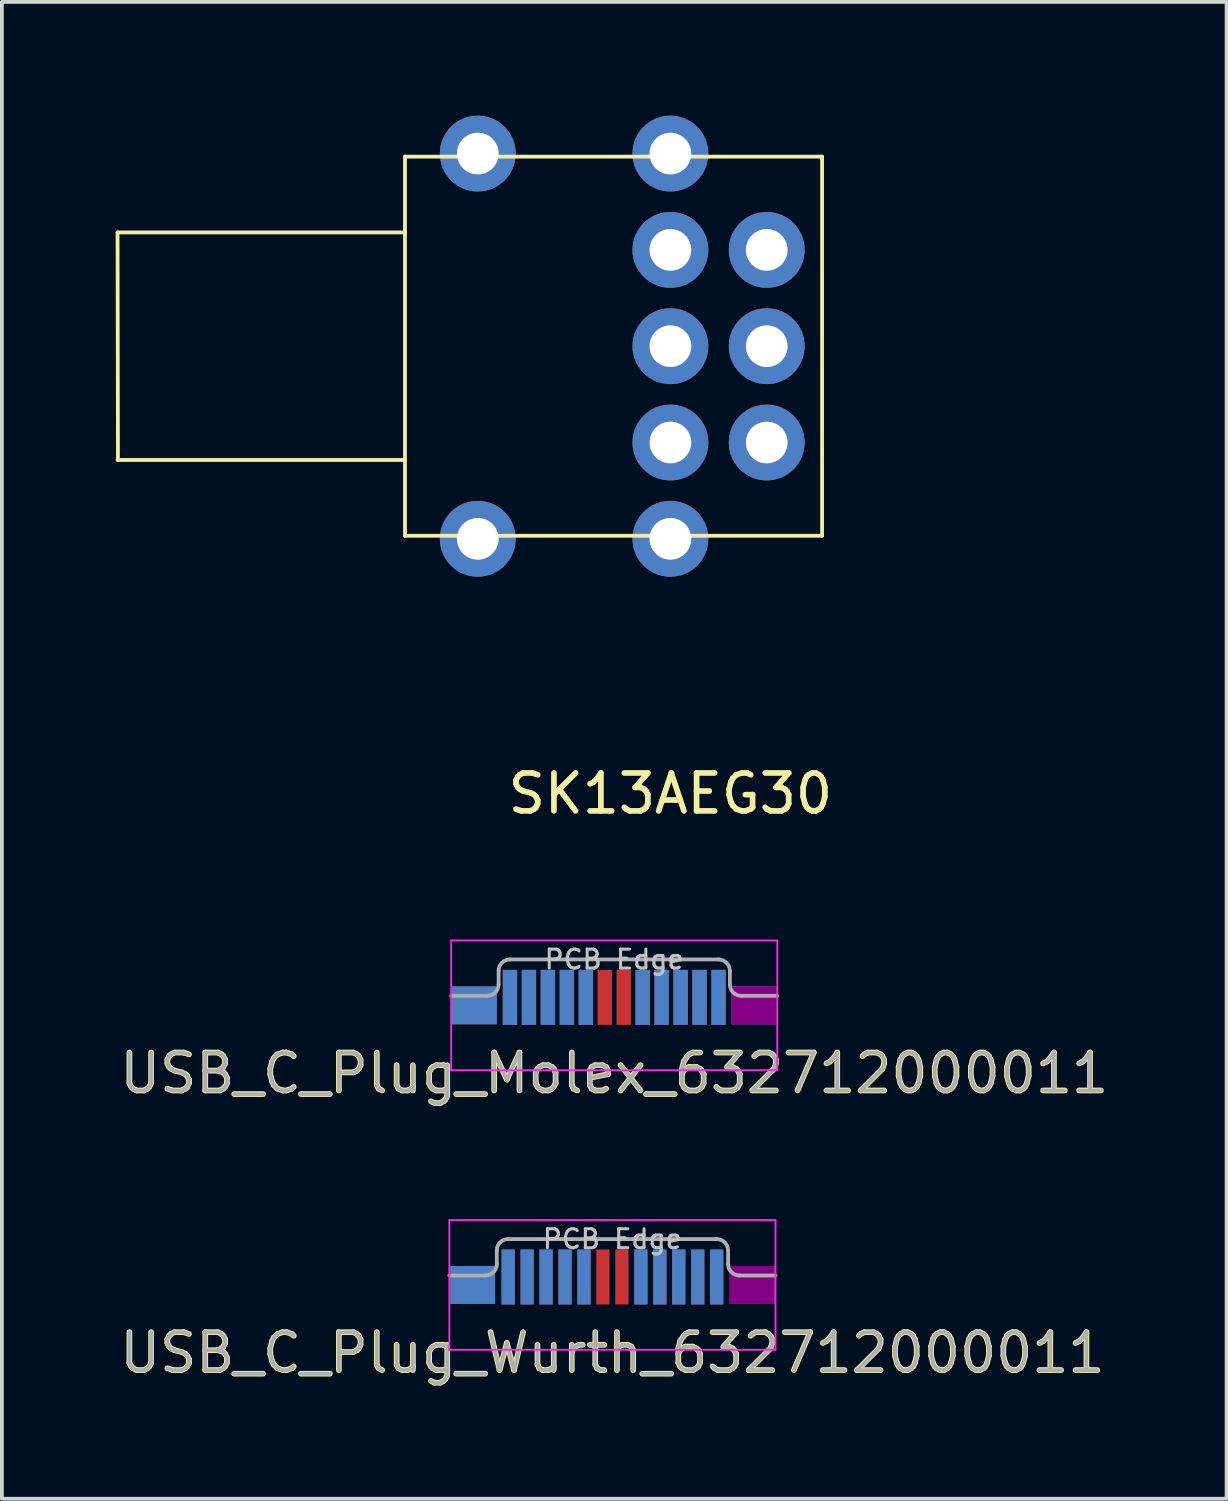
<source format=kicad_pcb>
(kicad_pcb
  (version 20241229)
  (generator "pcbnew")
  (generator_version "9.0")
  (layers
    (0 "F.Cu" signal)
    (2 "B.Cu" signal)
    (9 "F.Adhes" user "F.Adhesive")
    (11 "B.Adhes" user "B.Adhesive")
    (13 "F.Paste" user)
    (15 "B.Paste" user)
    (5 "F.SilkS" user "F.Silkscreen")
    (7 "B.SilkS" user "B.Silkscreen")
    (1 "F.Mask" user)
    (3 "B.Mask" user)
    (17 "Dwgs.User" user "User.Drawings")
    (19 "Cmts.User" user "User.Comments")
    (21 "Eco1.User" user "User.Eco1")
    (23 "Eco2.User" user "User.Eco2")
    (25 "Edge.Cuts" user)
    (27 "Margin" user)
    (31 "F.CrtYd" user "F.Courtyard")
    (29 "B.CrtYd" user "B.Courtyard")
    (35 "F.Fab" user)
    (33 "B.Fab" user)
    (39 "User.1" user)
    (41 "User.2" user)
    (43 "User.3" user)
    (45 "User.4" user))
  (footprint "USB_C_Plug_Wurth_632712000011"
    (layer "F.Cu")
    (at 13.101 30.587)
    (property "Reference" "USB_C_Plug_Wurth_632712000011" (at 0 2.04 0) (layer "F.SilkS") (effects (font (size 1 1) (thickness 0.15))))
    (attr smd)
    (fp_line (start -4.3 1.96) (end -4.3 -1.46) (stroke (width 0.05) (type solid)) (layer "F.CrtYd"))
    (fp_line (start 4.3 -1.46) (end -4.3 -1.46) (stroke (width 0.05) (type solid)) (layer "F.CrtYd"))
    (fp_line (start 4.3 1.96) (end -4.3 1.96) (stroke (width 0.05) (type solid)) (layer "F.CrtYd"))
    (fp_line (start 4.3 1.96) (end 4.3 -1.46) (stroke (width 0.05) (type solid)) (layer "F.CrtYd"))
    (fp_line (start -3.35 0) (end -4.3 0) (stroke (width 0.1) (type solid)) (layer "F.Fab"))
    (fp_line (start -3.05 -0.66) (end -3.05 -0.3) (stroke (width 0.1) (type solid)) (layer "F.Fab"))
    (fp_line (start -2.75 -0.96) (end 2.75 -0.96) (stroke (width 0.1) (type solid)) (layer "F.Fab"))
    (fp_line (start 3.05 -0.66) (end 3.05 -0.3) (stroke (width 0.1) (type solid)) (layer "F.Fab"))
    (fp_line (start 3.35 0) (end 4.3 0) (stroke (width 0.1) (type solid)) (layer "F.Fab"))
    (fp_arc (start -3.05 -0.66) (mid -2.962132 -0.872132) (end -2.75 -0.96) (stroke (width 0.1) (type solid)) (layer "F.Fab"))
    (fp_arc (start -3.05 -0.3) (mid -3.137868 -0.087868) (end -3.35 0) (stroke (width 0.1) (type solid)) (layer "F.Fab"))
    (fp_arc (start 2.75 -0.96) (mid 2.962132 -0.872132) (end 3.05 -0.66) (stroke (width 0.1) (type solid)) (layer "F.Fab"))
    (fp_arc (start 3.35 0) (mid 3.137868 -0.087868) (end 3.05 -0.3) (stroke (width 0.1) (type solid)) (layer "F.Fab"))
    (fp_text user "PCB Edge" (at 0 -0.96 0) (layer "Dwgs.User") (effects (font (size 0.5 0.5) (thickness 0.08))))
    (fp_text user "${REFERENCE}" (at 0 2.04 0) (layer "F.Fab") (effects (font (size 1 1) (thickness 0.1))))
    (pad "A1" smd rect (at -2.75 0.04) (size 0.35 1.45) (layers "F.Cu" "F.Mask" "F.Paste"))
    (pad "A2" smd rect (at -2.25 0.04) (size 0.35 1.45) (layers "F.Cu" "F.Mask" "F.Paste"))
    (pad "A3" smd rect (at -1.75 0.04) (size 0.35 1.45) (layers "F.Cu" "F.Mask" "F.Paste"))
    (pad "A4" smd rect (at -1.25 0.04) (size 0.35 1.45) (layers "F.Cu" "F.Mask" "F.Paste"))
    (pad "A5" smd rect (at -0.75 0.04) (size 0.35 1.45) (layers "F.Cu" "F.Mask" "F.Paste"))
    (pad "A6" smd rect (at -0.25 0.04) (size 0.35 1.45) (layers "F.Cu" "F.Mask" "F.Paste"))
    (pad "A7" smd rect (at 0.25 0.04) (size 0.35 1.45) (layers "F.Cu" "F.Mask" "F.Paste"))
    (pad "A8" smd rect (at 0.75 0.04) (size 0.35 1.45) (layers "F.Cu" "F.Mask" "F.Paste"))
    (pad "A9" smd rect (at 1.25 0.04) (size 0.35 1.45) (layers "F.Cu" "F.Mask" "F.Paste"))
    (pad "A10" smd rect (at 1.75 0.04) (size 0.35 1.45) (layers "F.Cu" "F.Mask" "F.Paste"))
    (pad "A11" smd rect (at 2.25 0.04) (size 0.35 1.45) (layers "F.Cu" "F.Mask" "F.Paste"))
    (pad "A12" smd rect (at 2.75 0.04) (size 0.35 1.45) (layers "F.Cu" "F.Mask" "F.Paste"))
    (pad "B1" smd rect (at 2.75 0.04) (size 0.35 1.45) (layers "B.Cu" "B.Mask" "B.Paste"))
    (pad "B2" smd rect (at 2.25 0.04) (size 0.35 1.45) (layers "B.Cu" "B.Mask" "B.Paste"))
    (pad "B3" smd rect (at 1.75 0.04) (size 0.35 1.45) (layers "B.Cu" "B.Mask" "B.Paste"))
    (pad "B4" smd rect (at 1.25 0.04) (size 0.35 1.45) (layers "B.Cu" "B.Mask" "B.Paste"))
    (pad "B5" smd rect (at 0.75 0.04) (size 0.35 1.45) (layers "B.Cu" "B.Mask" "B.Paste"))
    (pad "B8" smd rect (at -0.75 0.04) (size 0.35 1.45) (layers "B.Cu" "B.Mask" "B.Paste"))
    (pad "B9" smd rect (at -1.25 0.04) (size 0.35 1.45) (layers "B.Cu" "B.Mask" "B.Paste"))
    (pad "B10" smd rect (at -1.75 0.04) (size 0.35 1.45) (layers "B.Cu" "B.Mask" "B.Paste"))
    (pad "B11" smd rect (at -2.25 0.04) (size 0.35 1.45) (layers "B.Cu" "B.Mask" "B.Paste"))
    (pad "B12" smd rect (at -2.75 0.04) (size 0.35 1.45) (layers "B.Cu" "B.Mask" "B.Paste"))
    (pad "S1" smd rect (at -3.685 0.25) (size 1.18 1) (layers "F.Cu" "F.Mask" "F.Paste"))
    (pad "S1" smd rect (at -3.685 0.25) (size 1.18 1) (layers "B.Cu" "B.Mask" "B.Paste"))
    (pad "S1" smd rect (at 3.685 0.25) (size 1.18 1) (layers "F.Cu" "F.Mask" "F.Adhes"))
    (pad "S1" smd rect (at 3.685 0.25) (size 1.18 1) (layers "B.Cu" "B.Mask" "B.Paste")))
  (footprint "SK13AEG30"
    (layer "F.Cu")
    (at 14.63 6.08)
    (property "Reference" "SK13AEG30" (at 0 11.8 0) (layer "F.SilkS") (effects (font (size 1 1) (thickness 0.15))))
    (attr through_hole)
    (fp_line (start -14.58 -3) (end -14.57 3) (stroke (width 0.1) (type solid)) (layer "F.SilkS"))
    (fp_line (start -14.58 3) (end -7 3) (stroke (width 0.1) (type solid)) (layer "F.SilkS"))
    (fp_line (start -7 -5) (end -7 -3) (stroke (width 0.1) (type solid)) (layer "F.SilkS"))
    (fp_line (start -7 -3) (end -14.58 -3) (stroke (width 0.1) (type solid)) (layer "F.SilkS"))
    (fp_line (start -7 3) (end -7 -3) (stroke (width 0.1) (type solid)) (layer "F.SilkS"))
    (fp_line (start -7 3) (end -7 5) (stroke (width 0.1) (type solid)) (layer "F.SilkS"))
    (fp_line (start -7 5) (end 4 5) (stroke (width 0.1) (type solid)) (layer "F.SilkS"))
    (fp_line (start 4 -5) (end -7 -5) (stroke (width 0.1) (type solid)) (layer "F.SilkS"))
    (fp_line (start 4 5) (end 4 -5) (stroke (width 0.1) (type solid)) (layer "F.SilkS"))
    (pad "0" thru_hole circle (at -5.08 -5.08) (size 2 2) (drill 1.1) (layers "*.Cu" "*.Mask"))
    (pad "0" thru_hole circle (at -5.08 5.08) (size 2 2) (drill 1.1) (layers "*.Cu" "*.Mask"))
    (pad "0" thru_hole circle (at 0 -5.08) (size 2 2) (drill 1.1) (layers "*.Cu" "*.Mask"))
    (pad "0" thru_hole circle (at 0 5.08) (size 2 2) (drill 1.1) (layers "*.Cu" "*.Mask"))
    (pad "1" thru_hole circle (at 2.54 2.54) (size 2 2) (drill 1.1) (layers "*.Cu" "*.Mask"))
    (pad "2" thru_hole circle (at 0 2.54) (size 2 2) (drill 1.1) (layers "*.Cu" "*.Mask"))
    (pad "3" thru_hole circle (at 0 0) (size 2 2) (drill 1.1) (layers "*.Cu" "*.Mask"))
    (pad "4" thru_hole circle (at 0 -2.54) (size 2 2) (drill 1.1) (layers "*.Cu" "*.Mask"))
    (pad "5" thru_hole circle (at 2.54 -2.54) (size 2 2) (drill 1.1) (layers "*.Cu" "*.Mask"))
    (pad "C" thru_hole circle (at 2.54 0) (size 2 2) (drill 1.1) (layers "*.Cu" "*.Mask")))
  (footprint "USB_C_Plug_Molex_632712000011"
    (layer "F.Cu")
    (at 13.149 23.213)
    (property "Reference" "USB_C_Plug_Molex_632712000011" (at 0 2.04 0) (layer "F.SilkS") (effects (font (size 1 1) (thickness 0.15))))
    (attr smd)
    (fp_line (start -4.3 1.96) (end -4.3 -1.46) (stroke (width 0.05) (type solid)) (layer "F.CrtYd"))
    (fp_line (start 4.3 -1.46) (end -4.3 -1.46) (stroke (width 0.05) (type solid)) (layer "F.CrtYd"))
    (fp_line (start 4.3 1.96) (end -4.3 1.96) (stroke (width 0.05) (type solid)) (layer "F.CrtYd"))
    (fp_line (start 4.3 1.96) (end 4.3 -1.46) (stroke (width 0.05) (type solid)) (layer "F.CrtYd"))
    (fp_line (start -3.35 0) (end -4.3 0) (stroke (width 0.1) (type solid)) (layer "F.Fab"))
    (fp_line (start -3.05 -0.66) (end -3.05 -0.3) (stroke (width 0.1) (type solid)) (layer "F.Fab"))
    (fp_line (start -2.75 -0.96) (end 2.75 -0.96) (stroke (width 0.1) (type solid)) (layer "F.Fab"))
    (fp_line (start 3.05 -0.66) (end 3.05 -0.3) (stroke (width 0.1) (type solid)) (layer "F.Fab"))
    (fp_line (start 3.35 0) (end 4.3 0) (stroke (width 0.1) (type solid)) (layer "F.Fab"))
    (fp_arc (start -3.05 -0.66) (mid -2.962132 -0.872132) (end -2.75 -0.96) (stroke (width 0.1) (type solid)) (layer "F.Fab"))
    (fp_arc (start -3.05 -0.3) (mid -3.137868 -0.087868) (end -3.35 0) (stroke (width 0.1) (type solid)) (layer "F.Fab"))
    (fp_arc (start 2.75 -0.96) (mid 2.962132 -0.872132) (end 3.05 -0.66) (stroke (width 0.1) (type solid)) (layer "F.Fab"))
    (fp_arc (start 3.35 0) (mid 3.137868 -0.087868) (end 3.05 -0.3) (stroke (width 0.1) (type solid)) (layer "F.Fab"))
    (fp_text user "PCB Edge" (at 0 -0.96 0) (layer "Dwgs.User") (effects (font (size 0.5 0.5) (thickness 0.08))))
    (fp_text user "${REFERENCE}" (at 0 2.04 0) (layer "F.Fab") (effects (font (size 1 1) (thickness 0.1))))
    (pad "A1" smd rect (at -2.75 0.04) (size 0.38 1.45) (layers "F.Cu" "F.Mask" "F.Paste"))
    (pad "A2" smd rect (at -2.25 0.04) (size 0.38 1.45) (layers "F.Cu" "F.Mask" "F.Paste"))
    (pad "A3" smd rect (at -1.75 0.04) (size 0.38 1.45) (layers "F.Cu" "F.Mask" "F.Paste"))
    (pad "A4" smd rect (at -1.25 0.04) (size 0.38 1.45) (layers "F.Cu" "F.Mask" "F.Paste"))
    (pad "A5" smd rect (at -0.75 0.04) (size 0.38 1.45) (layers "F.Cu" "F.Mask" "F.Paste"))
    (pad "A6" smd rect (at -0.25 0.04) (size 0.38 1.45) (layers "F.Cu" "F.Mask" "F.Paste"))
    (pad "A7" smd rect (at 0.25 0.04) (size 0.38 1.45) (layers "F.Cu" "F.Mask" "F.Paste"))
    (pad "A8" smd rect (at 0.75 0.04) (size 0.38 1.45) (layers "F.Cu" "F.Mask" "F.Paste"))
    (pad "A9" smd rect (at 1.25 0.04) (size 0.38 1.45) (layers "F.Cu" "F.Mask" "F.Paste"))
    (pad "A10" smd rect (at 1.75 0.04) (size 0.38 1.45) (layers "F.Cu" "F.Mask" "F.Paste"))
    (pad "A11" smd rect (at 2.25 0.04) (size 0.38 1.45) (layers "F.Cu" "F.Mask" "F.Paste"))
    (pad "A12" smd rect (at 2.75 0.04) (size 0.38 1.45) (layers "F.Cu" "F.Mask" "F.Paste"))
    (pad "B1" smd rect (at 2.75 0.04) (size 0.38 1.45) (layers "B.Cu" "B.Mask" "B.Paste"))
    (pad "B2" smd rect (at 2.25 0.04) (size 0.38 1.45) (layers "B.Cu" "B.Mask" "B.Paste"))
    (pad "B3" smd rect (at 1.75 0.04) (size 0.38 1.45) (layers "B.Cu" "B.Mask" "B.Paste"))
    (pad "B4" smd rect (at 1.25 0.04) (size 0.38 1.45) (layers "B.Cu" "B.Mask" "B.Paste"))
    (pad "B5" smd rect (at 0.75 0.04) (size 0.38 1.45) (layers "B.Cu" "B.Mask" "B.Paste"))
    (pad "B8" smd rect (at -0.75 0.04) (size 0.38 1.45) (layers "B.Cu" "B.Mask" "B.Paste"))
    (pad "B9" smd rect (at -1.25 0.04) (size 0.38 1.45) (layers "B.Cu" "B.Mask" "B.Paste"))
    (pad "B10" smd rect (at -1.75 0.04) (size 0.38 1.45) (layers "B.Cu" "B.Mask" "B.Paste"))
    (pad "B11" smd rect (at -2.25 0.04) (size 0.38 1.45) (layers "B.Cu" "B.Mask" "B.Paste"))
    (pad "B12" smd rect (at -2.75 0.04) (size 0.38 1.45) (layers "B.Cu" "B.Mask" "B.Paste"))
    (pad "S1" smd rect (at -3.685 0.25) (size 1.18 1) (layers "F.Cu" "F.Mask" "F.Paste"))
    (pad "S1" smd rect (at -3.685 0.25) (size 1.18 1) (layers "B.Cu" "B.Mask" "B.Paste"))
    (pad "S1" smd rect (at 3.685 0.25) (size 1.18 1) (layers "F.Cu" "F.Mask" "F.Adhes"))
    (pad "S1" smd rect (at 3.685 0.25) (size 1.18 1) (layers "B.Cu" "B.Mask" "B.Paste")))
  (gr_rect
    (start -3 -3)
    (end 29.298 36.475)
    (stroke (width 0.1) (type default))
    (fill no)
    (layer "Edge.Cuts")))
</source>
